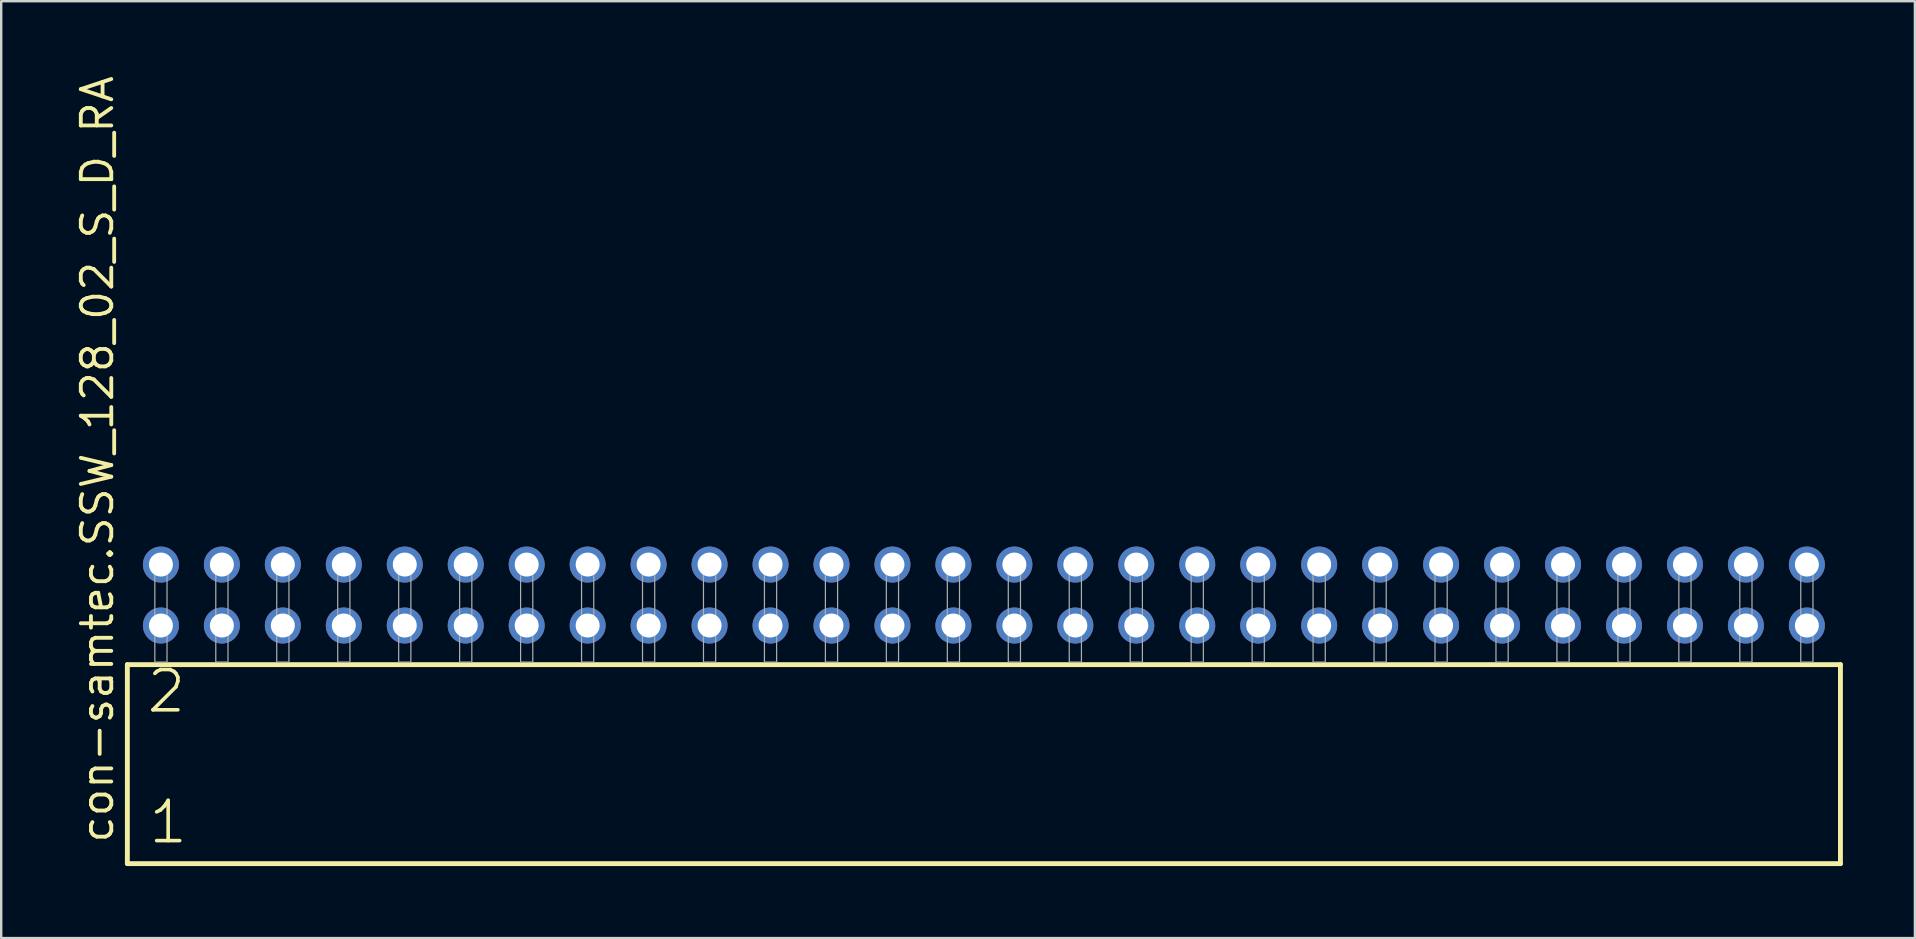
<source format=kicad_pcb>
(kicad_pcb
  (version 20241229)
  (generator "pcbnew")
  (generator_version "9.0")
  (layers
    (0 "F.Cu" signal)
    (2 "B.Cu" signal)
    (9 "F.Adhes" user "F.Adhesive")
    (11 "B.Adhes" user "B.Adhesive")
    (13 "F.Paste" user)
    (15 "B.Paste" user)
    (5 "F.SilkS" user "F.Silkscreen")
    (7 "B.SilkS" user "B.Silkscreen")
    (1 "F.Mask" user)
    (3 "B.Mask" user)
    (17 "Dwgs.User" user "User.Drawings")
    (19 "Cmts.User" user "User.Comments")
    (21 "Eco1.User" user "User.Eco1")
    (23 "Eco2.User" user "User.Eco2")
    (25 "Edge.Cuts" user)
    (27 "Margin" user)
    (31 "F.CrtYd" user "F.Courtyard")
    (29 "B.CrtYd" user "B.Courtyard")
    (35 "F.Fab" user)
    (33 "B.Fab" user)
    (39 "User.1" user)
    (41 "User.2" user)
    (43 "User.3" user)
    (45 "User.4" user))
  (footprint "con-samtec.SSW_128_02_S_D_RA"
    (layer "F.Cu")
    (at 37.945 24.537)
    (property "Reference" "con-samtec.SSW_128_02_S_D_RA" (at -36.195 7.62 90) (layer "F.SilkS") (effects (font (size 1.27 1.27) (thickness 0.16)) (justify left bottom)))
    (attr through_hole)
    (fp_line (start -35.689 0.106) (end -35.689 8.396) (stroke (width 0.203) (type default)) (layer "F.SilkS"))
    (fp_line (start -35.689 8.396) (end 35.689 8.396) (stroke (width 0.203) (type default)) (layer "F.SilkS"))
    (fp_line (start 35.689 0.106) (end -35.689 0.106) (stroke (width 0.203) (type default)) (layer "F.SilkS"))
    (fp_line (start 35.689 8.396) (end 35.689 0.106) (stroke (width 0.203) (type default)) (layer "F.SilkS"))
    (fp_rect (start -34.544 0) (end -34.036 -4.318) (stroke (width 0.05) (type default)) (fill no) (layer "F.Fab"))
    (fp_rect (start -32.004 0) (end -31.496 -4.318) (stroke (width 0.05) (type default)) (fill no) (layer "F.Fab"))
    (fp_rect (start -29.464 0) (end -28.956 -4.318) (stroke (width 0.05) (type default)) (fill no) (layer "F.Fab"))
    (fp_rect (start -26.924 0) (end -26.416 -4.318) (stroke (width 0.05) (type default)) (fill no) (layer "F.Fab"))
    (fp_rect (start -24.384 0) (end -23.876 -4.318) (stroke (width 0.05) (type default)) (fill no) (layer "F.Fab"))
    (fp_rect (start -21.844 0) (end -21.336 -4.318) (stroke (width 0.05) (type default)) (fill no) (layer "F.Fab"))
    (fp_rect (start -19.304 0) (end -18.796 -4.318) (stroke (width 0.05) (type default)) (fill no) (layer "F.Fab"))
    (fp_rect (start -16.764 0) (end -16.256 -4.318) (stroke (width 0.05) (type default)) (fill no) (layer "F.Fab"))
    (fp_rect (start -14.224 0) (end -13.716 -4.318) (stroke (width 0.05) (type default)) (fill no) (layer "F.Fab"))
    (fp_rect (start -11.684 0) (end -11.176 -4.318) (stroke (width 0.05) (type default)) (fill no) (layer "F.Fab"))
    (fp_rect (start -9.144 0) (end -8.636 -4.318) (stroke (width 0.05) (type default)) (fill no) (layer "F.Fab"))
    (fp_rect (start -6.604 0) (end -6.096 -4.318) (stroke (width 0.05) (type default)) (fill no) (layer "F.Fab"))
    (fp_rect (start -4.064 0) (end -3.556 -4.318) (stroke (width 0.05) (type default)) (fill no) (layer "F.Fab"))
    (fp_rect (start -1.524 0) (end -1.016 -4.318) (stroke (width 0.05) (type default)) (fill no) (layer "F.Fab"))
    (fp_rect (start 1.016 0) (end 1.524 -4.318) (stroke (width 0.05) (type default)) (fill no) (layer "F.Fab"))
    (fp_rect (start 3.556 0) (end 4.064 -4.318) (stroke (width 0.05) (type default)) (fill no) (layer "F.Fab"))
    (fp_rect (start 6.096 0) (end 6.604 -4.318) (stroke (width 0.05) (type default)) (fill no) (layer "F.Fab"))
    (fp_rect (start 8.636 0) (end 9.144 -4.318) (stroke (width 0.05) (type default)) (fill no) (layer "F.Fab"))
    (fp_rect (start 11.176 0) (end 11.684 -4.318) (stroke (width 0.05) (type default)) (fill no) (layer "F.Fab"))
    (fp_rect (start 13.716 0) (end 14.224 -4.318) (stroke (width 0.05) (type default)) (fill no) (layer "F.Fab"))
    (fp_rect (start 16.256 0) (end 16.764 -4.318) (stroke (width 0.05) (type default)) (fill no) (layer "F.Fab"))
    (fp_rect (start 18.796 0) (end 19.304 -4.318) (stroke (width 0.05) (type default)) (fill no) (layer "F.Fab"))
    (fp_rect (start 21.336 0) (end 21.844 -4.318) (stroke (width 0.05) (type default)) (fill no) (layer "F.Fab"))
    (fp_rect (start 23.876 0) (end 24.384 -4.318) (stroke (width 0.05) (type default)) (fill no) (layer "F.Fab"))
    (fp_rect (start 26.416 0) (end 26.924 -4.318) (stroke (width 0.05) (type default)) (fill no) (layer "F.Fab"))
    (fp_rect (start 28.956 0) (end 29.464 -4.318) (stroke (width 0.05) (type default)) (fill no) (layer "F.Fab"))
    (fp_rect (start 31.496 0) (end 32.004 -4.318) (stroke (width 0.05) (type default)) (fill no) (layer "F.Fab"))
    (fp_rect (start 34.036 0) (end 34.544 -4.318) (stroke (width 0.05) (type default)) (fill no) (layer "F.Fab"))
    (fp_text user "1" (at -34.885 7.65 0) (layer "F.SilkS") (effects (font (size 1.676 1.676) (thickness 0.15)) (justify left bottom)))
    (fp_text user "2" (at -34.96 2.2 0) (layer "F.SilkS") (effects (font (size 1.676 1.676) (thickness 0.15)) (justify left bottom)))
    (pad "1" thru_hole circle (at -34.29 -1.524) (size 1.5 1.5) (drill 1) (layers "*.Cu" "*.Mask"))
    (pad "2" thru_hole circle (at -34.29 -4.064) (size 1.5 1.5) (drill 1) (layers "*.Cu" "*.Mask"))
    (pad "3" thru_hole circle (at -31.75 -1.524) (size 1.5 1.5) (drill 1) (layers "*.Cu" "*.Mask"))
    (pad "4" thru_hole circle (at -31.75 -4.064) (size 1.5 1.5) (drill 1) (layers "*.Cu" "*.Mask"))
    (pad "5" thru_hole circle (at -29.21 -1.524) (size 1.5 1.5) (drill 1) (layers "*.Cu" "*.Mask"))
    (pad "6" thru_hole circle (at -29.21 -4.064) (size 1.5 1.5) (drill 1) (layers "*.Cu" "*.Mask"))
    (pad "7" thru_hole circle (at -26.67 -1.524) (size 1.5 1.5) (drill 1) (layers "*.Cu" "*.Mask"))
    (pad "8" thru_hole circle (at -26.67 -4.064) (size 1.5 1.5) (drill 1) (layers "*.Cu" "*.Mask"))
    (pad "9" thru_hole circle (at -24.13 -1.524) (size 1.5 1.5) (drill 1) (layers "*.Cu" "*.Mask"))
    (pad "10" thru_hole circle (at -24.13 -4.064) (size 1.5 1.5) (drill 1) (layers "*.Cu" "*.Mask"))
    (pad "11" thru_hole circle (at -21.59 -1.524) (size 1.5 1.5) (drill 1) (layers "*.Cu" "*.Mask"))
    (pad "12" thru_hole circle (at -21.59 -4.064) (size 1.5 1.5) (drill 1) (layers "*.Cu" "*.Mask"))
    (pad "13" thru_hole circle (at -19.05 -1.524) (size 1.5 1.5) (drill 1) (layers "*.Cu" "*.Mask"))
    (pad "14" thru_hole circle (at -19.05 -4.064) (size 1.5 1.5) (drill 1) (layers "*.Cu" "*.Mask"))
    (pad "15" thru_hole circle (at -16.51 -1.524) (size 1.5 1.5) (drill 1) (layers "*.Cu" "*.Mask"))
    (pad "16" thru_hole circle (at -16.51 -4.064) (size 1.5 1.5) (drill 1) (layers "*.Cu" "*.Mask"))
    (pad "17" thru_hole circle (at -13.97 -1.524) (size 1.5 1.5) (drill 1) (layers "*.Cu" "*.Mask"))
    (pad "18" thru_hole circle (at -13.97 -4.064) (size 1.5 1.5) (drill 1) (layers "*.Cu" "*.Mask"))
    (pad "19" thru_hole circle (at -11.43 -1.524) (size 1.5 1.5) (drill 1) (layers "*.Cu" "*.Mask"))
    (pad "20" thru_hole circle (at -11.43 -4.064) (size 1.5 1.5) (drill 1) (layers "*.Cu" "*.Mask"))
    (pad "21" thru_hole circle (at -8.89 -1.524) (size 1.5 1.5) (drill 1) (layers "*.Cu" "*.Mask"))
    (pad "22" thru_hole circle (at -8.89 -4.064) (size 1.5 1.5) (drill 1) (layers "*.Cu" "*.Mask"))
    (pad "23" thru_hole circle (at -6.35 -1.524) (size 1.5 1.5) (drill 1) (layers "*.Cu" "*.Mask"))
    (pad "24" thru_hole circle (at -6.35 -4.064) (size 1.5 1.5) (drill 1) (layers "*.Cu" "*.Mask"))
    (pad "25" thru_hole circle (at -3.81 -1.524) (size 1.5 1.5) (drill 1) (layers "*.Cu" "*.Mask"))
    (pad "26" thru_hole circle (at -3.81 -4.064) (size 1.5 1.5) (drill 1) (layers "*.Cu" "*.Mask"))
    (pad "27" thru_hole circle (at -1.27 -1.524) (size 1.5 1.5) (drill 1) (layers "*.Cu" "*.Mask"))
    (pad "28" thru_hole circle (at -1.27 -4.064) (size 1.5 1.5) (drill 1) (layers "*.Cu" "*.Mask"))
    (pad "29" thru_hole circle (at 1.27 -1.524) (size 1.5 1.5) (drill 1) (layers "*.Cu" "*.Mask"))
    (pad "30" thru_hole circle (at 1.27 -4.064) (size 1.5 1.5) (drill 1) (layers "*.Cu" "*.Mask"))
    (pad "31" thru_hole circle (at 3.81 -1.524) (size 1.5 1.5) (drill 1) (layers "*.Cu" "*.Mask"))
    (pad "32" thru_hole circle (at 3.81 -4.064) (size 1.5 1.5) (drill 1) (layers "*.Cu" "*.Mask"))
    (pad "33" thru_hole circle (at 6.35 -1.524) (size 1.5 1.5) (drill 1) (layers "*.Cu" "*.Mask"))
    (pad "34" thru_hole circle (at 6.35 -4.064) (size 1.5 1.5) (drill 1) (layers "*.Cu" "*.Mask"))
    (pad "35" thru_hole circle (at 8.89 -1.524) (size 1.5 1.5) (drill 1) (layers "*.Cu" "*.Mask"))
    (pad "36" thru_hole circle (at 8.89 -4.064) (size 1.5 1.5) (drill 1) (layers "*.Cu" "*.Mask"))
    (pad "37" thru_hole circle (at 11.43 -1.524) (size 1.5 1.5) (drill 1) (layers "*.Cu" "*.Mask"))
    (pad "38" thru_hole circle (at 11.43 -4.064) (size 1.5 1.5) (drill 1) (layers "*.Cu" "*.Mask"))
    (pad "39" thru_hole circle (at 13.97 -1.524) (size 1.5 1.5) (drill 1) (layers "*.Cu" "*.Mask"))
    (pad "40" thru_hole circle (at 13.97 -4.064) (size 1.5 1.5) (drill 1) (layers "*.Cu" "*.Mask"))
    (pad "41" thru_hole circle (at 16.51 -1.524) (size 1.5 1.5) (drill 1) (layers "*.Cu" "*.Mask"))
    (pad "42" thru_hole circle (at 16.51 -4.064) (size 1.5 1.5) (drill 1) (layers "*.Cu" "*.Mask"))
    (pad "43" thru_hole circle (at 19.05 -1.524) (size 1.5 1.5) (drill 1) (layers "*.Cu" "*.Mask"))
    (pad "44" thru_hole circle (at 19.05 -4.064) (size 1.5 1.5) (drill 1) (layers "*.Cu" "*.Mask"))
    (pad "45" thru_hole circle (at 21.59 -1.524) (size 1.5 1.5) (drill 1) (layers "*.Cu" "*.Mask"))
    (pad "46" thru_hole circle (at 21.59 -4.064) (size 1.5 1.5) (drill 1) (layers "*.Cu" "*.Mask"))
    (pad "47" thru_hole circle (at 24.13 -1.524) (size 1.5 1.5) (drill 1) (layers "*.Cu" "*.Mask"))
    (pad "48" thru_hole circle (at 24.13 -4.064) (size 1.5 1.5) (drill 1) (layers "*.Cu" "*.Mask"))
    (pad "49" thru_hole circle (at 26.67 -1.524) (size 1.5 1.5) (drill 1) (layers "*.Cu" "*.Mask"))
    (pad "50" thru_hole circle (at 26.67 -4.064) (size 1.5 1.5) (drill 1) (layers "*.Cu" "*.Mask"))
    (pad "51" thru_hole circle (at 29.21 -1.524) (size 1.5 1.5) (drill 1) (layers "*.Cu" "*.Mask"))
    (pad "52" thru_hole circle (at 29.21 -4.064) (size 1.5 1.5) (drill 1) (layers "*.Cu" "*.Mask"))
    (pad "53" thru_hole circle (at 31.75 -1.524) (size 1.5 1.5) (drill 1) (layers "*.Cu" "*.Mask"))
    (pad "54" thru_hole circle (at 31.75 -4.064) (size 1.5 1.5) (drill 1) (layers "*.Cu" "*.Mask"))
    (pad "55" thru_hole circle (at 34.29 -1.524) (size 1.5 1.5) (drill 1) (layers "*.Cu" "*.Mask"))
    (pad "56" thru_hole circle (at 34.29 -4.064) (size 1.5 1.5) (drill 1) (layers "*.Cu" "*.Mask")))
  (gr_rect
    (start -3 -3)
    (end 76.736 36.035)
    (stroke (width 0.1) (type default))
    (fill no)
    (layer "Edge.Cuts")))
</source>
